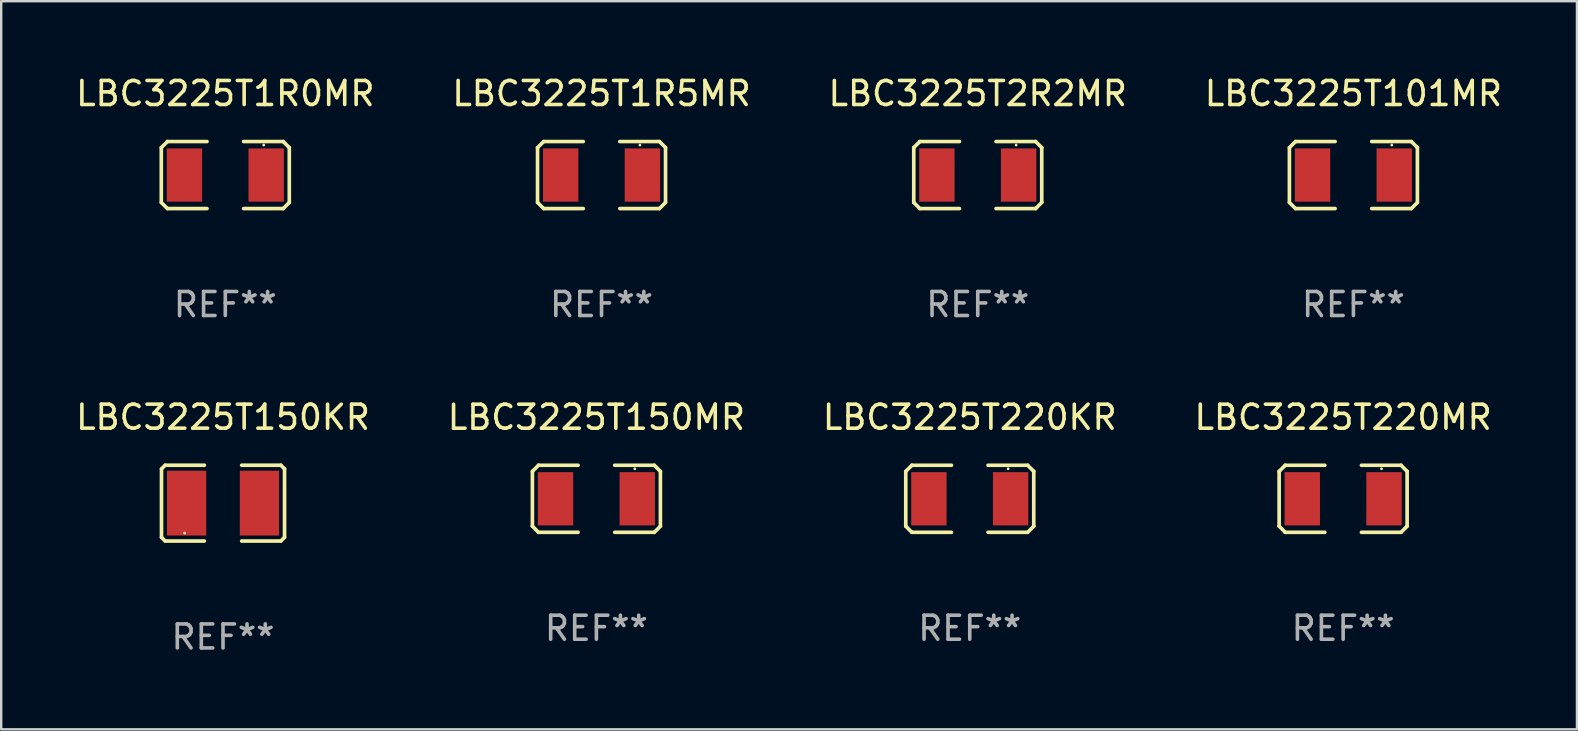
<source format=kicad_pcb>
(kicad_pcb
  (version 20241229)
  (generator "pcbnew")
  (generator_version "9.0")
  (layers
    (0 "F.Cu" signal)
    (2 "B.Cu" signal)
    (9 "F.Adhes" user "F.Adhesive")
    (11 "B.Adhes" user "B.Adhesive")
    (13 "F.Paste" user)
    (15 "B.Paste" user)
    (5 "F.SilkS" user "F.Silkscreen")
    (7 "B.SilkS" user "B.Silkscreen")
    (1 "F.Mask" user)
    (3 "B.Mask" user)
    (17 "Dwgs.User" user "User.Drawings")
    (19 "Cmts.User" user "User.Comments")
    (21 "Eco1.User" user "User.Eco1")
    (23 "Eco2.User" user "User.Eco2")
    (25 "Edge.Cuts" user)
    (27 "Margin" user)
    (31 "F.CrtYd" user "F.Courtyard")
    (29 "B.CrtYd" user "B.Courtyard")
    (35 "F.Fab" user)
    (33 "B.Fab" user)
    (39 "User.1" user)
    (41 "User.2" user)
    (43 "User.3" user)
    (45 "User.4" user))
  (footprint "LBC3225T220KR"
    (layer "F.Cu")
    (at 37.363 17.736)
    (property "Reference" "LBC3225T220KR" (at 0 -3.397 0) (layer "F.SilkS") (effects (font (size 1 1) (thickness 0.15))))
    (attr through_hole)
    (fp_line (start -2.667 -1.143) (end -2.413 -1.397) (stroke (width 0.152) (type solid)) (layer "F.SilkS"))
    (fp_line (start -2.667 1.143) (end -2.667 -1.143) (stroke (width 0.152) (type solid)) (layer "F.SilkS"))
    (fp_line (start -2.413 -1.397) (end -0.762 -1.397) (stroke (width 0.152) (type solid)) (layer "F.SilkS"))
    (fp_line (start -2.413 1.397) (end -2.667 1.143) (stroke (width 0.152) (type solid)) (layer "F.SilkS"))
    (fp_line (start -0.762 1.397) (end -2.413 1.397) (stroke (width 0.152) (type solid)) (layer "F.SilkS"))
    (fp_line (start 0.762 -1.397) (end 2.413 -1.397) (stroke (width 0.152) (type solid)) (layer "F.SilkS"))
    (fp_line (start 2.413 -1.397) (end 2.667 -1.143) (stroke (width 0.152) (type solid)) (layer "F.SilkS"))
    (fp_line (start 2.413 1.397) (end 0.762 1.397) (stroke (width 0.152) (type solid)) (layer "F.SilkS"))
    (fp_line (start 2.667 -1.143) (end 2.667 1.143) (stroke (width 0.152) (type solid)) (layer "F.SilkS"))
    (fp_line (start 2.667 1.143) (end 2.413 1.397) (stroke (width 0.152) (type solid)) (layer "F.SilkS"))
    (fp_circle (center 1.6 -1.25) (end 1.63 -1.25) (stroke (width 0.06) (type solid)) (fill no) (layer "F.SilkS"))
    (fp_text user "REF**" (at 0 5.397 0) (layer "F.Fab") (effects (font (size 1 1) (thickness 0.15))))
    (pad "1" smd rect (at 1.703 0) (size 1.474 2.22) (layers "F.Cu" "F.Mask" "F.Paste"))
    (pad "2" smd rect (at -1.703 0) (size 1.474 2.22) (layers "F.Cu" "F.Mask" "F.Paste")))
  (footprint "LBC3225T150KR"
    (layer "F.Cu")
    (at 6.244 17.917)
    (property "Reference" "LBC3225T150KR" (at 0 -3.579 0) (layer "F.SilkS") (effects (font (size 1 1) (thickness 0.15))))
    (attr through_hole)
    (fp_line (start -2.564 -1.426) (end -2.564 1.426) (stroke (width 0.152) (type solid)) (layer "F.SilkS"))
    (fp_line (start -2.564 1.426) (end -2.411 1.579) (stroke (width 0.152) (type solid)) (layer "F.SilkS"))
    (fp_line (start -2.411 -1.579) (end -2.564 -1.426) (stroke (width 0.152) (type solid)) (layer "F.SilkS"))
    (fp_line (start -2.411 1.579) (end -0.776 1.579) (stroke (width 0.152) (type solid)) (layer "F.SilkS"))
    (fp_line (start -0.776 -1.579) (end -2.411 -1.579) (stroke (width 0.152) (type solid)) (layer "F.SilkS"))
    (fp_line (start 0.776 -1.579) (end 2.411 -1.579) (stroke (width 0.152) (type solid)) (layer "F.SilkS"))
    (fp_line (start 2.411 -1.579) (end 2.564 -1.426) (stroke (width 0.152) (type solid)) (layer "F.SilkS"))
    (fp_line (start 2.411 1.579) (end 0.776 1.579) (stroke (width 0.152) (type solid)) (layer "F.SilkS"))
    (fp_line (start 2.564 -1.426) (end 2.564 1.426) (stroke (width 0.152) (type solid)) (layer "F.SilkS"))
    (fp_line (start 2.564 1.426) (end 2.411 1.579) (stroke (width 0.152) (type solid)) (layer "F.SilkS"))
    (fp_circle (center -1.6 1.25) (end -1.57 1.25) (stroke (width 0.06) (type solid)) (fill no) (layer "F.SilkS"))
    (fp_text user "REF**" (at 0 5.579 0) (layer "F.Fab") (effects (font (size 1 1) (thickness 0.15))))
    (pad "1" smd rect (at -1.517 -0.000013) (size 1.635 2.7) (layers "F.Cu" "F.Mask" "F.Paste"))
    (pad "2" smd rect (at 1.517 -0.000013) (size 1.635 2.7) (layers "F.Cu" "F.Mask" "F.Paste")))
  (footprint "LBC3225T1R0MR"
    (layer "F.Cu")
    (at 6.339 4.245)
    (property "Reference" "LBC3225T1R0MR" (at 0 -3.397 0) (layer "F.SilkS") (effects (font (size 1 1) (thickness 0.15))))
    (attr through_hole)
    (fp_line (start -2.667 -1.143) (end -2.413 -1.397) (stroke (width 0.152) (type solid)) (layer "F.SilkS"))
    (fp_line (start -2.667 1.143) (end -2.667 -1.143) (stroke (width 0.152) (type solid)) (layer "F.SilkS"))
    (fp_line (start -2.413 -1.397) (end -0.762 -1.397) (stroke (width 0.152) (type solid)) (layer "F.SilkS"))
    (fp_line (start -2.413 1.397) (end -2.667 1.143) (stroke (width 0.152) (type solid)) (layer "F.SilkS"))
    (fp_line (start -0.762 1.397) (end -2.413 1.397) (stroke (width 0.152) (type solid)) (layer "F.SilkS"))
    (fp_line (start 0.762 -1.397) (end 2.413 -1.397) (stroke (width 0.152) (type solid)) (layer "F.SilkS"))
    (fp_line (start 2.413 -1.397) (end 2.667 -1.143) (stroke (width 0.152) (type solid)) (layer "F.SilkS"))
    (fp_line (start 2.413 1.397) (end 0.762 1.397) (stroke (width 0.152) (type solid)) (layer "F.SilkS"))
    (fp_line (start 2.667 -1.143) (end 2.667 1.143) (stroke (width 0.152) (type solid)) (layer "F.SilkS"))
    (fp_line (start 2.667 1.143) (end 2.413 1.397) (stroke (width 0.152) (type solid)) (layer "F.SilkS"))
    (fp_circle (center 1.6 -1.25) (end 1.63 -1.25) (stroke (width 0.06) (type solid)) (fill no) (layer "F.SilkS"))
    (fp_text user "REF**" (at 0 5.397 0) (layer "F.Fab") (effects (font (size 1 1) (thickness 0.15))))
    (pad "1" smd rect (at 1.703 0) (size 1.474 2.22) (layers "F.Cu" "F.Mask" "F.Paste"))
    (pad "2" smd rect (at -1.703 0) (size 1.474 2.22) (layers "F.Cu" "F.Mask" "F.Paste")))
  (footprint "LBC3225T2R2MR"
    (layer "F.Cu")
    (at 37.696 4.245)
    (property "Reference" "LBC3225T2R2MR" (at 0 -3.397 0) (layer "F.SilkS") (effects (font (size 1 1) (thickness 0.15))))
    (attr through_hole)
    (fp_line (start -2.667 -1.143) (end -2.413 -1.397) (stroke (width 0.152) (type solid)) (layer "F.SilkS"))
    (fp_line (start -2.667 1.143) (end -2.667 -1.143) (stroke (width 0.152) (type solid)) (layer "F.SilkS"))
    (fp_line (start -2.413 -1.397) (end -0.762 -1.397) (stroke (width 0.152) (type solid)) (layer "F.SilkS"))
    (fp_line (start -2.413 1.397) (end -2.667 1.143) (stroke (width 0.152) (type solid)) (layer "F.SilkS"))
    (fp_line (start -0.762 1.397) (end -2.413 1.397) (stroke (width 0.152) (type solid)) (layer "F.SilkS"))
    (fp_line (start 0.762 -1.397) (end 2.413 -1.397) (stroke (width 0.152) (type solid)) (layer "F.SilkS"))
    (fp_line (start 2.413 -1.397) (end 2.667 -1.143) (stroke (width 0.152) (type solid)) (layer "F.SilkS"))
    (fp_line (start 2.413 1.397) (end 0.762 1.397) (stroke (width 0.152) (type solid)) (layer "F.SilkS"))
    (fp_line (start 2.667 -1.143) (end 2.667 1.143) (stroke (width 0.152) (type solid)) (layer "F.SilkS"))
    (fp_line (start 2.667 1.143) (end 2.413 1.397) (stroke (width 0.152) (type solid)) (layer "F.SilkS"))
    (fp_circle (center 1.6 -1.25) (end 1.63 -1.25) (stroke (width 0.06) (type solid)) (fill no) (layer "F.SilkS"))
    (fp_text user "REF**" (at 0 5.397 0) (layer "F.Fab") (effects (font (size 1 1) (thickness 0.15))))
    (pad "1" smd rect (at 1.703 0) (size 1.474 2.22) (layers "F.Cu" "F.Mask" "F.Paste"))
    (pad "2" smd rect (at -1.703 0) (size 1.474 2.22) (layers "F.Cu" "F.Mask" "F.Paste")))
  (footprint "LBC3225T1R5MR"
    (layer "F.Cu")
    (at 22.018 4.245)
    (property "Reference" "LBC3225T1R5MR" (at 0 -3.397 0) (layer "F.SilkS") (effects (font (size 1 1) (thickness 0.15))))
    (attr through_hole)
    (fp_line (start -2.667 -1.143) (end -2.413 -1.397) (stroke (width 0.152) (type solid)) (layer "F.SilkS"))
    (fp_line (start -2.667 1.143) (end -2.667 -1.143) (stroke (width 0.152) (type solid)) (layer "F.SilkS"))
    (fp_line (start -2.413 -1.397) (end -0.762 -1.397) (stroke (width 0.152) (type solid)) (layer "F.SilkS"))
    (fp_line (start -2.413 1.397) (end -2.667 1.143) (stroke (width 0.152) (type solid)) (layer "F.SilkS"))
    (fp_line (start -0.762 1.397) (end -2.413 1.397) (stroke (width 0.152) (type solid)) (layer "F.SilkS"))
    (fp_line (start 0.762 -1.397) (end 2.413 -1.397) (stroke (width 0.152) (type solid)) (layer "F.SilkS"))
    (fp_line (start 2.413 -1.397) (end 2.667 -1.143) (stroke (width 0.152) (type solid)) (layer "F.SilkS"))
    (fp_line (start 2.413 1.397) (end 0.762 1.397) (stroke (width 0.152) (type solid)) (layer "F.SilkS"))
    (fp_line (start 2.667 -1.143) (end 2.667 1.143) (stroke (width 0.152) (type solid)) (layer "F.SilkS"))
    (fp_line (start 2.667 1.143) (end 2.413 1.397) (stroke (width 0.152) (type solid)) (layer "F.SilkS"))
    (fp_circle (center 1.6 -1.25) (end 1.63 -1.25) (stroke (width 0.06) (type solid)) (fill no) (layer "F.SilkS"))
    (fp_text user "REF**" (at 0 5.397 0) (layer "F.Fab") (effects (font (size 1 1) (thickness 0.15))))
    (pad "1" smd rect (at 1.703 0) (size 1.474 2.22) (layers "F.Cu" "F.Mask" "F.Paste"))
    (pad "2" smd rect (at -1.703 0) (size 1.474 2.22) (layers "F.Cu" "F.Mask" "F.Paste")))
  (footprint "LBC3225T101MR"
    (layer "F.Cu")
    (at 53.351 4.245)
    (property "Reference" "LBC3225T101MR" (at 0 -3.397 0) (layer "F.SilkS") (effects (font (size 1 1) (thickness 0.15))))
    (attr through_hole)
    (fp_line (start -2.667 -1.143) (end -2.413 -1.397) (stroke (width 0.152) (type solid)) (layer "F.SilkS"))
    (fp_line (start -2.667 1.143) (end -2.667 -1.143) (stroke (width 0.152) (type solid)) (layer "F.SilkS"))
    (fp_line (start -2.413 -1.397) (end -0.762 -1.397) (stroke (width 0.152) (type solid)) (layer "F.SilkS"))
    (fp_line (start -2.413 1.397) (end -2.667 1.143) (stroke (width 0.152) (type solid)) (layer "F.SilkS"))
    (fp_line (start -0.762 1.397) (end -2.413 1.397) (stroke (width 0.152) (type solid)) (layer "F.SilkS"))
    (fp_line (start 0.762 -1.397) (end 2.413 -1.397) (stroke (width 0.152) (type solid)) (layer "F.SilkS"))
    (fp_line (start 2.413 -1.397) (end 2.667 -1.143) (stroke (width 0.152) (type solid)) (layer "F.SilkS"))
    (fp_line (start 2.413 1.397) (end 0.762 1.397) (stroke (width 0.152) (type solid)) (layer "F.SilkS"))
    (fp_line (start 2.667 -1.143) (end 2.667 1.143) (stroke (width 0.152) (type solid)) (layer "F.SilkS"))
    (fp_line (start 2.667 1.143) (end 2.413 1.397) (stroke (width 0.152) (type solid)) (layer "F.SilkS"))
    (fp_circle (center 1.6 -1.25) (end 1.63 -1.25) (stroke (width 0.06) (type solid)) (fill no) (layer "F.SilkS"))
    (fp_text user "REF**" (at 0 5.397 0) (layer "F.Fab") (effects (font (size 1 1) (thickness 0.15))))
    (pad "1" smd rect (at 1.703 0) (size 1.474 2.22) (layers "F.Cu" "F.Mask" "F.Paste"))
    (pad "2" smd rect (at -1.703 0) (size 1.474 2.22) (layers "F.Cu" "F.Mask" "F.Paste")))
  (footprint "LBC3225T220MR"
    (layer "F.Cu")
    (at 52.923 17.736)
    (property "Reference" "LBC3225T220MR" (at 0 -3.397 0) (layer "F.SilkS") (effects (font (size 1 1) (thickness 0.15))))
    (attr through_hole)
    (fp_line (start -2.667 -1.143) (end -2.413 -1.397) (stroke (width 0.152) (type solid)) (layer "F.SilkS"))
    (fp_line (start -2.667 1.143) (end -2.667 -1.143) (stroke (width 0.152) (type solid)) (layer "F.SilkS"))
    (fp_line (start -2.413 -1.397) (end -0.762 -1.397) (stroke (width 0.152) (type solid)) (layer "F.SilkS"))
    (fp_line (start -2.413 1.397) (end -2.667 1.143) (stroke (width 0.152) (type solid)) (layer "F.SilkS"))
    (fp_line (start -0.762 1.397) (end -2.413 1.397) (stroke (width 0.152) (type solid)) (layer "F.SilkS"))
    (fp_line (start 0.762 -1.397) (end 2.413 -1.397) (stroke (width 0.152) (type solid)) (layer "F.SilkS"))
    (fp_line (start 2.413 -1.397) (end 2.667 -1.143) (stroke (width 0.152) (type solid)) (layer "F.SilkS"))
    (fp_line (start 2.413 1.397) (end 0.762 1.397) (stroke (width 0.152) (type solid)) (layer "F.SilkS"))
    (fp_line (start 2.667 -1.143) (end 2.667 1.143) (stroke (width 0.152) (type solid)) (layer "F.SilkS"))
    (fp_line (start 2.667 1.143) (end 2.413 1.397) (stroke (width 0.152) (type solid)) (layer "F.SilkS"))
    (fp_circle (center 1.6 -1.25) (end 1.63 -1.25) (stroke (width 0.06) (type solid)) (fill no) (layer "F.SilkS"))
    (fp_text user "REF**" (at 0 5.397 0) (layer "F.Fab") (effects (font (size 1 1) (thickness 0.15))))
    (pad "1" smd rect (at 1.703 0) (size 1.474 2.22) (layers "F.Cu" "F.Mask" "F.Paste"))
    (pad "2" smd rect (at -1.703 0) (size 1.474 2.22) (layers "F.Cu" "F.Mask" "F.Paste")))
  (footprint "LBC3225T150MR"
    (layer "F.Cu")
    (at 21.804 17.736)
    (property "Reference" "LBC3225T150MR" (at 0 -3.397 0) (layer "F.SilkS") (effects (font (size 1 1) (thickness 0.15))))
    (attr through_hole)
    (fp_line (start -2.667 -1.143) (end -2.413 -1.397) (stroke (width 0.152) (type solid)) (layer "F.SilkS"))
    (fp_line (start -2.667 1.143) (end -2.667 -1.143) (stroke (width 0.152) (type solid)) (layer "F.SilkS"))
    (fp_line (start -2.413 -1.397) (end -0.762 -1.397) (stroke (width 0.152) (type solid)) (layer "F.SilkS"))
    (fp_line (start -2.413 1.397) (end -2.667 1.143) (stroke (width 0.152) (type solid)) (layer "F.SilkS"))
    (fp_line (start -0.762 1.397) (end -2.413 1.397) (stroke (width 0.152) (type solid)) (layer "F.SilkS"))
    (fp_line (start 0.762 -1.397) (end 2.413 -1.397) (stroke (width 0.152) (type solid)) (layer "F.SilkS"))
    (fp_line (start 2.413 -1.397) (end 2.667 -1.143) (stroke (width 0.152) (type solid)) (layer "F.SilkS"))
    (fp_line (start 2.413 1.397) (end 0.762 1.397) (stroke (width 0.152) (type solid)) (layer "F.SilkS"))
    (fp_line (start 2.667 -1.143) (end 2.667 1.143) (stroke (width 0.152) (type solid)) (layer "F.SilkS"))
    (fp_line (start 2.667 1.143) (end 2.413 1.397) (stroke (width 0.152) (type solid)) (layer "F.SilkS"))
    (fp_circle (center 1.6 -1.25) (end 1.63 -1.25) (stroke (width 0.06) (type solid)) (fill no) (layer "F.SilkS"))
    (fp_text user "REF**" (at 0 5.397 0) (layer "F.Fab") (effects (font (size 1 1) (thickness 0.15))))
    (pad "1" smd rect (at 1.703 0) (size 1.474 2.22) (layers "F.Cu" "F.Mask" "F.Paste"))
    (pad "2" smd rect (at -1.703 0) (size 1.474 2.22) (layers "F.Cu" "F.Mask" "F.Paste")))
  (gr_rect
    (start -3 -3)
    (end 62.667 27.344)
    (stroke (width 0.1) (type default))
    (fill no)
    (layer "Edge.Cuts")))
</source>
